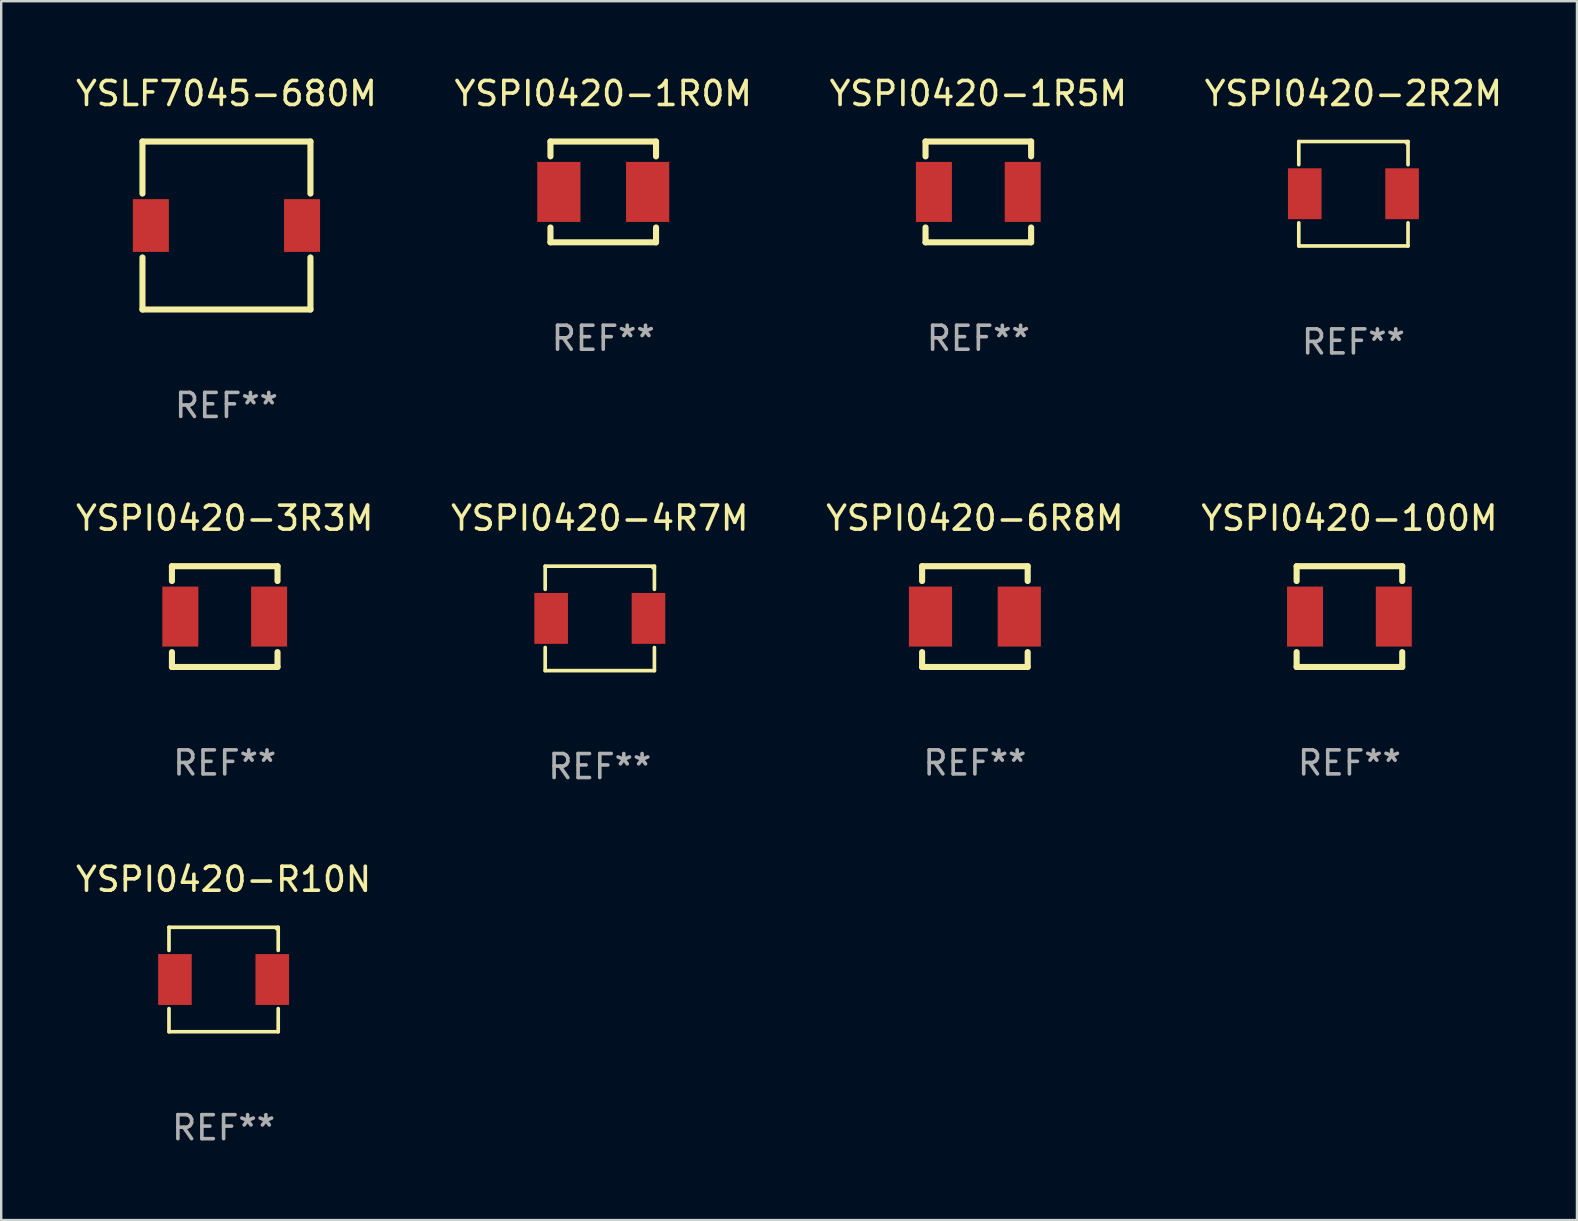
<source format=kicad_pcb>
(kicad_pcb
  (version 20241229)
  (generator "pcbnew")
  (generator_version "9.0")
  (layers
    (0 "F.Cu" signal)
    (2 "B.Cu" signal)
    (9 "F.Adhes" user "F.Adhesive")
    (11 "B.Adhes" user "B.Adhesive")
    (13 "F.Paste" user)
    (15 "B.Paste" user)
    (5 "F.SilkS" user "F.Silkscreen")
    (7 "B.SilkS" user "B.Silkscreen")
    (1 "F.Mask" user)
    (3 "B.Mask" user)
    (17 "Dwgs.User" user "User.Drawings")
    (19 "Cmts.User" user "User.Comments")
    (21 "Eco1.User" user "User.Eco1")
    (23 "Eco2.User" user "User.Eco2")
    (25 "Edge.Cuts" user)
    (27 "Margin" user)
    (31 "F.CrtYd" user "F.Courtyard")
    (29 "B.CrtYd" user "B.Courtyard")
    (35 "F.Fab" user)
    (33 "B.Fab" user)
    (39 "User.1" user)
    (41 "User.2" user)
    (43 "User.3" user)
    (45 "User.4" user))
  (footprint "YSPI0420-2R2M"
    (layer "F.Cu")
    (at 53.351 5.024)
    (property "Reference" "YSPI0420-2R2M" (at 0 -4.176 0) (layer "F.SilkS") (effects (font (size 1 1) (thickness 0.15))))
    (attr through_hole)
    (fp_line (start -2.276 -2.176) (end 2.276 -2.176) (stroke (width 0.152) (type solid)) (layer "F.SilkS"))
    (fp_line (start -2.276 -1.212) (end -2.276 -2.176) (stroke (width 0.152) (type solid)) (layer "F.SilkS"))
    (fp_line (start -2.276 1.212) (end -2.276 2.176) (stroke (width 0.152) (type solid)) (layer "F.SilkS"))
    (fp_line (start -2.276 2.176) (end 2.276 2.176) (stroke (width 0.152) (type solid)) (layer "F.SilkS"))
    (fp_line (start 2.276 -2.176) (end 2.276 -1.212) (stroke (width 0.152) (type solid)) (layer "F.SilkS"))
    (fp_line (start 2.276 2.176) (end 2.276 1.212) (stroke (width 0.152) (type solid)) (layer "F.SilkS"))
    (fp_circle (center 2.2 -2.1) (end 2.23 -2.1) (stroke (width 0.06) (type solid)) (fill no) (layer "F.SilkS"))
    (fp_text user "REF**" (at 0 6.176 0) (layer "F.Fab") (effects (font (size 1 1) (thickness 0.15))))
    (pad "1" smd rect (at 2.028 0) (size 1.4 2.12) (layers "F.Cu" "F.Mask" "F.Paste"))
    (pad "2" smd rect (at -2.028 0) (size 1.4 2.12) (layers "F.Cu" "F.Mask" "F.Paste")))
  (footprint "YSPI0420-100M"
    (layer "F.Cu")
    (at 53.185 22.645)
    (property "Reference" "YSPI0420-100M" (at 0 -4.1 0) (layer "F.SilkS") (effects (font (size 1 1) (thickness 0.15))))
    (attr through_hole)
    (fp_line (start -2.2 -2.1) (end -2.2 -1.481) (stroke (width 0.254) (type solid)) (layer "F.SilkS"))
    (fp_line (start -2.2 -2.1) (end 2.2 -2.1) (stroke (width 0.254) (type solid)) (layer "F.SilkS"))
    (fp_line (start -2.2 1.481) (end -2.2 2.1) (stroke (width 0.254) (type solid)) (layer "F.SilkS"))
    (fp_line (start 2.2 -1.481) (end 2.2 -2.1) (stroke (width 0.254) (type solid)) (layer "F.SilkS"))
    (fp_line (start 2.2 2.1) (end -2.2 2.1) (stroke (width 0.254) (type solid)) (layer "F.SilkS"))
    (fp_line (start 2.2 2.1) (end 2.2 1.481) (stroke (width 0.254) (type solid)) (layer "F.SilkS"))
    (fp_circle (center -2.2 2.05) (end -2.17 2.05) (stroke (width 0.06) (type solid)) (fill no) (layer "F.SilkS"))
    (fp_text user "REF**" (at 0 6.1 0) (layer "F.Fab") (effects (font (size 1 1) (thickness 0.15))))
    (pad "1" smd rect (at -1.85 0) (size 1.5 2.5) (layers "F.Cu" "F.Mask" "F.Paste"))
    (pad "2" smd rect (at 1.85 0) (size 1.5 2.5) (layers "F.Cu" "F.Mask" "F.Paste")))
  (footprint "YSPI0420-R10N"
    (layer "F.Cu")
    (at 6.268 37.77)
    (property "Reference" "YSPI0420-R10N" (at 0 -4.176 0) (layer "F.SilkS") (effects (font (size 1 1) (thickness 0.15))))
    (attr through_hole)
    (fp_line (start -2.276 -2.176) (end 2.276 -2.176) (stroke (width 0.152) (type solid)) (layer "F.SilkS"))
    (fp_line (start -2.276 -1.212) (end -2.276 -2.176) (stroke (width 0.152) (type solid)) (layer "F.SilkS"))
    (fp_line (start -2.276 1.212) (end -2.276 2.176) (stroke (width 0.152) (type solid)) (layer "F.SilkS"))
    (fp_line (start -2.276 2.176) (end 2.276 2.176) (stroke (width 0.152) (type solid)) (layer "F.SilkS"))
    (fp_line (start 2.276 -2.176) (end 2.276 -1.212) (stroke (width 0.152) (type solid)) (layer "F.SilkS"))
    (fp_line (start 2.276 2.176) (end 2.276 1.212) (stroke (width 0.152) (type solid)) (layer "F.SilkS"))
    (fp_circle (center 2.2 -2.1) (end 2.23 -2.1) (stroke (width 0.06) (type solid)) (fill no) (layer "F.SilkS"))
    (fp_text user "REF**" (at 0 6.176 0) (layer "F.Fab") (effects (font (size 1 1) (thickness 0.15))))
    (pad "1" smd rect (at 2.028 0) (size 1.4 2.12) (layers "F.Cu" "F.Mask" "F.Paste"))
    (pad "2" smd rect (at -2.028 0) (size 1.4 2.12) (layers "F.Cu" "F.Mask" "F.Paste")))
  (footprint "YSPI0420-4R7M"
    (layer "F.Cu")
    (at 21.946 22.721)
    (property "Reference" "YSPI0420-4R7M" (at 0 -4.176 0) (layer "F.SilkS") (effects (font (size 1 1) (thickness 0.15))))
    (attr through_hole)
    (fp_line (start -2.276 -2.176) (end 2.276 -2.176) (stroke (width 0.152) (type solid)) (layer "F.SilkS"))
    (fp_line (start -2.276 -1.212) (end -2.276 -2.176) (stroke (width 0.152) (type solid)) (layer "F.SilkS"))
    (fp_line (start -2.276 1.212) (end -2.276 2.176) (stroke (width 0.152) (type solid)) (layer "F.SilkS"))
    (fp_line (start -2.276 2.176) (end 2.276 2.176) (stroke (width 0.152) (type solid)) (layer "F.SilkS"))
    (fp_line (start 2.276 -2.176) (end 2.276 -1.212) (stroke (width 0.152) (type solid)) (layer "F.SilkS"))
    (fp_line (start 2.276 2.176) (end 2.276 1.212) (stroke (width 0.152) (type solid)) (layer "F.SilkS"))
    (fp_circle (center 2.2 -2.1) (end 2.23 -2.1) (stroke (width 0.06) (type solid)) (fill no) (layer "F.SilkS"))
    (fp_text user "REF**" (at 0 6.176 0) (layer "F.Fab") (effects (font (size 1 1) (thickness 0.15))))
    (pad "1" smd rect (at 2.028 0) (size 1.4 2.12) (layers "F.Cu" "F.Mask" "F.Paste"))
    (pad "2" smd rect (at -2.028 0) (size 1.4 2.12) (layers "F.Cu" "F.Mask" "F.Paste")))
  (footprint "YSPI0420-1R5M"
    (layer "F.Cu")
    (at 37.72 4.948)
    (property "Reference" "YSPI0420-1R5M" (at 0 -4.1 0) (layer "F.SilkS") (effects (font (size 1 1) (thickness 0.15))))
    (attr through_hole)
    (fp_line (start -2.2 -2.1) (end -2.2 -1.481) (stroke (width 0.254) (type solid)) (layer "F.SilkS"))
    (fp_line (start -2.2 -2.1) (end 2.2 -2.1) (stroke (width 0.254) (type solid)) (layer "F.SilkS"))
    (fp_line (start -2.2 1.481) (end -2.2 2.1) (stroke (width 0.254) (type solid)) (layer "F.SilkS"))
    (fp_line (start 2.2 -1.481) (end 2.2 -2.1) (stroke (width 0.254) (type solid)) (layer "F.SilkS"))
    (fp_line (start 2.2 2.1) (end -2.2 2.1) (stroke (width 0.254) (type solid)) (layer "F.SilkS"))
    (fp_line (start 2.2 2.1) (end 2.2 1.481) (stroke (width 0.254) (type solid)) (layer "F.SilkS"))
    (fp_circle (center -2.2 2.05) (end -2.17 2.05) (stroke (width 0.06) (type solid)) (fill no) (layer "F.SilkS"))
    (fp_text user "REF**" (at 0 6.1 0) (layer "F.Fab") (effects (font (size 1 1) (thickness 0.15))))
    (pad "1" smd rect (at -1.85 0) (size 1.5 2.5) (layers "F.Cu" "F.Mask" "F.Paste"))
    (pad "2" smd rect (at 1.85 0) (size 1.5 2.5) (layers "F.Cu" "F.Mask" "F.Paste")))
  (footprint "YSLF7045-680M"
    (layer "F.Cu")
    (at 6.387 6.348)
    (property "Reference" "YSLF7045-680M" (at 0 -5.5 0) (layer "F.SilkS") (effects (font (size 1 1) (thickness 0.15))))
    (attr through_hole)
    (fp_line (start -3.5 -3.5) (end -3.5 -1.331) (stroke (width 0.254) (type solid)) (layer "F.SilkS"))
    (fp_line (start -3.5 -3.5) (end 3.5 -3.5) (stroke (width 0.254) (type solid)) (layer "F.SilkS"))
    (fp_line (start -3.5 1.331) (end -3.5 3.5) (stroke (width 0.254) (type solid)) (layer "F.SilkS"))
    (fp_line (start -3.5 3.5) (end 3.5 3.5) (stroke (width 0.254) (type solid)) (layer "F.SilkS"))
    (fp_line (start 3.5 -1.331) (end 3.5 -3.5) (stroke (width 0.254) (type solid)) (layer "F.SilkS"))
    (fp_line (start 3.5 3.5) (end 3.5 1.331) (stroke (width 0.254) (type solid)) (layer "F.SilkS"))
    (fp_circle (center -3.5 3.5) (end -3.47 3.5) (stroke (width 0.06) (type solid)) (fill no) (layer "F.SilkS"))
    (fp_text user "REF**" (at 0 7.5 0) (layer "F.Fab") (effects (font (size 1 1) (thickness 0.15))))
    (pad "1" smd rect (at -3.15 0 270) (size 2.2 1.5) (layers "F.Cu" "F.Mask" "F.Paste"))
    (pad "2" smd rect (at 3.15 0 270) (size 2.2 1.5) (layers "F.Cu" "F.Mask" "F.Paste")))
  (footprint "YSPI0420-1R0M"
    (layer "F.Cu")
    (at 22.089 4.948)
    (property "Reference" "YSPI0420-1R0M" (at 0 -4.1 0) (layer "F.SilkS") (effects (font (size 1 1) (thickness 0.15))))
    (attr through_hole)
    (fp_line (start -2.2 -2.1) (end -2.2 -1.481) (stroke (width 0.254) (type solid)) (layer "F.SilkS"))
    (fp_line (start -2.2 -2.1) (end 2.2 -2.1) (stroke (width 0.254) (type solid)) (layer "F.SilkS"))
    (fp_line (start -2.2 1.481) (end -2.2 2.1) (stroke (width 0.254) (type solid)) (layer "F.SilkS"))
    (fp_line (start 2.2 -1.481) (end 2.2 -2.1) (stroke (width 0.254) (type solid)) (layer "F.SilkS"))
    (fp_line (start 2.2 2.1) (end -2.2 2.1) (stroke (width 0.254) (type solid)) (layer "F.SilkS"))
    (fp_line (start 2.2 2.1) (end 2.2 1.481) (stroke (width 0.254) (type solid)) (layer "F.SilkS"))
    (fp_circle (center -2.2 2.1) (end -2.17 2.1) (stroke (width 0.06) (type solid)) (fill no) (layer "F.SilkS"))
    (fp_text user "REF**" (at 0 6.1 0) (layer "F.Fab") (effects (font (size 1 1) (thickness 0.15))))
    (pad "1" smd rect (at -1.85 0) (size 1.8 2.5) (layers "F.Cu" "F.Mask" "F.Paste"))
    (pad "2" smd rect (at 1.85 0) (size 1.8 2.5) (layers "F.Cu" "F.Mask" "F.Paste")))
  (footprint "YSPI0420-3R3M"
    (layer "F.Cu")
    (at 6.315 22.645)
    (property "Reference" "YSPI0420-3R3M" (at 0 -4.1 0) (layer "F.SilkS") (effects (font (size 1 1) (thickness 0.15))))
    (attr through_hole)
    (fp_line (start -2.2 -2.1) (end -2.2 -1.481) (stroke (width 0.254) (type solid)) (layer "F.SilkS"))
    (fp_line (start -2.2 -2.1) (end 2.2 -2.1) (stroke (width 0.254) (type solid)) (layer "F.SilkS"))
    (fp_line (start -2.2 1.481) (end -2.2 2.1) (stroke (width 0.254) (type solid)) (layer "F.SilkS"))
    (fp_line (start 2.2 -1.481) (end 2.2 -2.1) (stroke (width 0.254) (type solid)) (layer "F.SilkS"))
    (fp_line (start 2.2 2.1) (end -2.2 2.1) (stroke (width 0.254) (type solid)) (layer "F.SilkS"))
    (fp_line (start 2.2 2.1) (end 2.2 1.481) (stroke (width 0.254) (type solid)) (layer "F.SilkS"))
    (fp_circle (center -2.2 2.05) (end -2.17 2.05) (stroke (width 0.06) (type solid)) (fill no) (layer "F.SilkS"))
    (fp_text user "REF**" (at 0 6.1 0) (layer "F.Fab") (effects (font (size 1 1) (thickness 0.15))))
    (pad "1" smd rect (at -1.85 0) (size 1.5 2.5) (layers "F.Cu" "F.Mask" "F.Paste"))
    (pad "2" smd rect (at 1.85 0) (size 1.5 2.5) (layers "F.Cu" "F.Mask" "F.Paste")))
  (footprint "YSPI0420-6R8M"
    (layer "F.Cu")
    (at 37.577 22.645)
    (property "Reference" "YSPI0420-6R8M" (at 0 -4.1 0) (layer "F.SilkS") (effects (font (size 1 1) (thickness 0.15))))
    (attr through_hole)
    (fp_line (start -2.2 -2.1) (end -2.2 -1.481) (stroke (width 0.254) (type solid)) (layer "F.SilkS"))
    (fp_line (start -2.2 -2.1) (end 2.2 -2.1) (stroke (width 0.254) (type solid)) (layer "F.SilkS"))
    (fp_line (start -2.2 1.481) (end -2.2 2.1) (stroke (width 0.254) (type solid)) (layer "F.SilkS"))
    (fp_line (start 2.2 -1.481) (end 2.2 -2.1) (stroke (width 0.254) (type solid)) (layer "F.SilkS"))
    (fp_line (start 2.2 2.1) (end -2.2 2.1) (stroke (width 0.254) (type solid)) (layer "F.SilkS"))
    (fp_line (start 2.2 2.1) (end 2.2 1.481) (stroke (width 0.254) (type solid)) (layer "F.SilkS"))
    (fp_circle (center -2.2 2.1) (end -2.17 2.1) (stroke (width 0.06) (type solid)) (fill no) (layer "F.SilkS"))
    (fp_text user "REF**" (at 0 6.1 0) (layer "F.Fab") (effects (font (size 1 1) (thickness 0.15))))
    (pad "1" smd rect (at -1.85 0) (size 1.8 2.5) (layers "F.Cu" "F.Mask" "F.Paste"))
    (pad "2" smd rect (at 1.85 0) (size 1.8 2.5) (layers "F.Cu" "F.Mask" "F.Paste")))
  (gr_rect
    (start -3 -3)
    (end 62.667 47.794)
    (stroke (width 0.1) (type default))
    (fill no)
    (layer "Edge.Cuts")))
</source>
